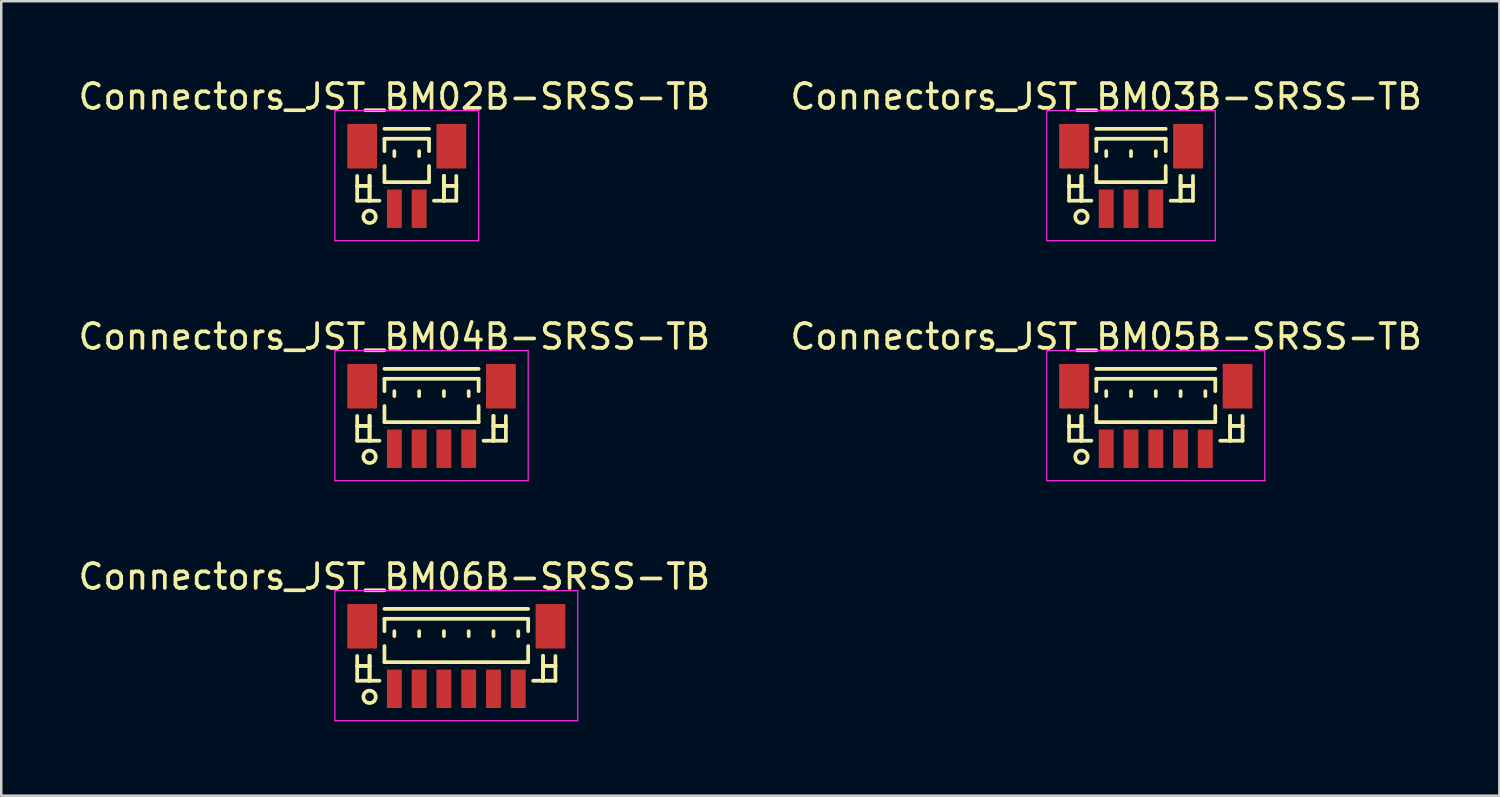
<source format=kicad_pcb>
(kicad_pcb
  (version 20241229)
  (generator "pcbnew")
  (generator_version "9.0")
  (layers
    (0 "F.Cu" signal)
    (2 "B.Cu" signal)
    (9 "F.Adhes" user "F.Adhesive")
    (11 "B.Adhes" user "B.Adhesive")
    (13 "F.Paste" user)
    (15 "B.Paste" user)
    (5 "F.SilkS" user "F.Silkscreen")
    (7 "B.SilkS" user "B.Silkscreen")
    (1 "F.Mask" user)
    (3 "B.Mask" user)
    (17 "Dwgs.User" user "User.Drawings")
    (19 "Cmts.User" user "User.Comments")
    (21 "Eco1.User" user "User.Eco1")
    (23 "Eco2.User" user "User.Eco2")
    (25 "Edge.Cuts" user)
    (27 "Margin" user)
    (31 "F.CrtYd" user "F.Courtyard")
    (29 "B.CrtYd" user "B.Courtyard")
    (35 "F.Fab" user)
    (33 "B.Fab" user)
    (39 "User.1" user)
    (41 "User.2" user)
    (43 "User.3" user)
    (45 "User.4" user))
  (footprint "Connectors_JST_BM05B-SRSS-TB"
    (layer "F.Cu")
    (at 43.589 13.796)
    (property "Reference" "Connectors_JST_BM05B-SRSS-TB" (at -2 -3.263 0) (layer "F.SilkS") (effects (font (size 1 1) (thickness 0.15))))
    (attr smd)
    (fp_line (start -3.5 -0.062) (end -3.5 0.938) (stroke (width 0.15) (type solid)) (layer "F.SilkS"))
    (fp_line (start -3.5 0.338) (end -3.5 0.338) (stroke (width 0.15) (type solid)) (layer "F.SilkS"))
    (fp_line (start -3.5 0.338) (end -3 0.338) (stroke (width 0.15) (type solid)) (layer "F.SilkS"))
    (fp_line (start -3.5 0.938) (end -2.6 0.938) (stroke (width 0.15) (type solid)) (layer "F.SilkS"))
    (fp_line (start -3 -0.062) (end -3 -0.062) (stroke (width 0.15) (type solid)) (layer "F.SilkS"))
    (fp_line (start -3 -0.062) (end -3 0.938) (stroke (width 0.15) (type solid)) (layer "F.SilkS"))
    (fp_line (start -3 0.338) (end -3.5 0.338) (stroke (width 0.15) (type solid)) (layer "F.SilkS"))
    (fp_line (start -3 0.338) (end -3 0.338) (stroke (width 0.15) (type solid)) (layer "F.SilkS"))
    (fp_line (start -3 0.938) (end -3 -0.062) (stroke (width 0.15) (type solid)) (layer "F.SilkS"))
    (fp_line (start -3 0.938) (end -3 0.938) (stroke (width 0.15) (type solid)) (layer "F.SilkS"))
    (fp_line (start -2.4 -1.962) (end 2.4 -1.962) (stroke (width 0.15) (type solid)) (layer "F.SilkS"))
    (fp_line (start -2.4 -1.562) (end 2.4 -1.562) (stroke (width 0.15) (type solid)) (layer "F.SilkS"))
    (fp_line (start -2.4 -1.062) (end -2.4 -1.562) (stroke (width 0.15) (type solid)) (layer "F.SilkS"))
    (fp_line (start -2.4 -0.463) (end -2.4 0.188) (stroke (width 0.15) (type solid)) (layer "F.SilkS"))
    (fp_line (start -2.4 0.188) (end 2.4 0.188) (stroke (width 0.15) (type solid)) (layer "F.SilkS"))
    (fp_line (start -2 -1.062) (end -2 -0.863) (stroke (width 0.15) (type solid)) (layer "F.SilkS"))
    (fp_line (start -1 -1.062) (end -1 -0.863) (stroke (width 0.15) (type solid)) (layer "F.SilkS"))
    (fp_line (start 0 -1.062) (end 0 -0.863) (stroke (width 0.15) (type solid)) (layer "F.SilkS"))
    (fp_line (start 1 -1.062) (end 1 -0.863) (stroke (width 0.15) (type solid)) (layer "F.SilkS"))
    (fp_line (start 2 -1.062) (end 2 -0.863) (stroke (width 0.15) (type solid)) (layer "F.SilkS"))
    (fp_line (start 2.4 -1.562) (end 2.4 -1.062) (stroke (width 0.15) (type solid)) (layer "F.SilkS"))
    (fp_line (start 2.4 0.188) (end 2.4 -0.463) (stroke (width 0.15) (type solid)) (layer "F.SilkS"))
    (fp_line (start 3 -0.062) (end 3 -0.062) (stroke (width 0.15) (type solid)) (layer "F.SilkS"))
    (fp_line (start 3 -0.062) (end 3 0.938) (stroke (width 0.15) (type solid)) (layer "F.SilkS"))
    (fp_line (start 3 0.338) (end 3 0.338) (stroke (width 0.15) (type solid)) (layer "F.SilkS"))
    (fp_line (start 3 0.338) (end 3.5 0.338) (stroke (width 0.15) (type solid)) (layer "F.SilkS"))
    (fp_line (start 3 0.938) (end 3 -0.062) (stroke (width 0.15) (type solid)) (layer "F.SilkS"))
    (fp_line (start 3 0.938) (end 3 0.938) (stroke (width 0.15) (type solid)) (layer "F.SilkS"))
    (fp_line (start 3.5 -0.062) (end 3.5 0.938) (stroke (width 0.15) (type solid)) (layer "F.SilkS"))
    (fp_line (start 3.5 0.338) (end 3 0.338) (stroke (width 0.15) (type solid)) (layer "F.SilkS"))
    (fp_line (start 3.5 0.338) (end 3.5 0.338) (stroke (width 0.15) (type solid)) (layer "F.SilkS"))
    (fp_line (start 3.5 0.938) (end 2.6 0.938) (stroke (width 0.15) (type solid)) (layer "F.SilkS"))
    (fp_circle (center -3 1.587) (end -2.75 1.587) (stroke (width 0.15) (type solid)) (fill no) (layer "F.SilkS"))
    (fp_line (start -4.4 -2.7) (end 4.4 -2.7) (stroke (width 0.05) (type solid)) (layer "F.CrtYd"))
    (fp_line (start -4.4 2.55) (end -4.4 -2.7) (stroke (width 0.05) (type solid)) (layer "F.CrtYd"))
    (fp_line (start 4.4 -2.7) (end 4.4 2.55) (stroke (width 0.05) (type solid)) (layer "F.CrtYd"))
    (fp_line (start 4.4 2.55) (end -4.4 2.55) (stroke (width 0.05) (type solid)) (layer "F.CrtYd"))
    (pad "" smd rect (at -3.3 -1.262) (size 1.2 1.8) (layers "F.Cu" "F.Mask" "F.Paste"))
    (pad "" smd rect (at 3.3 -1.262) (size 1.2 1.8) (layers "F.Cu" "F.Mask" "F.Paste"))
    (pad "1" smd rect (at -2 1.262) (size 0.6 1.55) (layers "F.Cu" "F.Mask" "F.Paste"))
    (pad "2" smd rect (at -1 1.262) (size 0.6 1.55) (layers "F.Cu" "F.Mask" "F.Paste"))
    (pad "3" smd rect (at 0 1.262) (size 0.6 1.55) (layers "F.Cu" "F.Mask" "F.Paste"))
    (pad "4" smd rect (at 1 1.262) (size 0.6 1.55) (layers "F.Cu" "F.Mask" "F.Paste"))
    (pad "5" smd rect (at 2 1.262) (size 0.6 1.55) (layers "F.Cu" "F.Mask" "F.Paste")))
  (footprint "Connectors_JST_BM04B-SRSS-TB"
    (layer "F.Cu")
    (at 14.363 13.796)
    (property "Reference" "Connectors_JST_BM04B-SRSS-TB" (at -1.5 -3.263 0) (layer "F.SilkS") (effects (font (size 1 1) (thickness 0.15))))
    (attr smd)
    (fp_line (start -3 -0.062) (end -3 0.938) (stroke (width 0.15) (type solid)) (layer "F.SilkS"))
    (fp_line (start -3 0.338) (end -3 0.338) (stroke (width 0.15) (type solid)) (layer "F.SilkS"))
    (fp_line (start -3 0.338) (end -2.5 0.338) (stroke (width 0.15) (type solid)) (layer "F.SilkS"))
    (fp_line (start -3 0.938) (end -2.1 0.938) (stroke (width 0.15) (type solid)) (layer "F.SilkS"))
    (fp_line (start -2.5 -0.062) (end -2.5 -0.062) (stroke (width 0.15) (type solid)) (layer "F.SilkS"))
    (fp_line (start -2.5 -0.062) (end -2.5 0.938) (stroke (width 0.15) (type solid)) (layer "F.SilkS"))
    (fp_line (start -2.5 0.338) (end -3 0.338) (stroke (width 0.15) (type solid)) (layer "F.SilkS"))
    (fp_line (start -2.5 0.338) (end -2.5 0.338) (stroke (width 0.15) (type solid)) (layer "F.SilkS"))
    (fp_line (start -2.5 0.938) (end -2.5 -0.062) (stroke (width 0.15) (type solid)) (layer "F.SilkS"))
    (fp_line (start -2.5 0.938) (end -2.5 0.938) (stroke (width 0.15) (type solid)) (layer "F.SilkS"))
    (fp_line (start -1.9 -1.962) (end 1.9 -1.962) (stroke (width 0.15) (type solid)) (layer "F.SilkS"))
    (fp_line (start -1.9 -1.562) (end 1.9 -1.562) (stroke (width 0.15) (type solid)) (layer "F.SilkS"))
    (fp_line (start -1.9 -1.062) (end -1.9 -1.562) (stroke (width 0.15) (type solid)) (layer "F.SilkS"))
    (fp_line (start -1.9 -0.463) (end -1.9 0.188) (stroke (width 0.15) (type solid)) (layer "F.SilkS"))
    (fp_line (start -1.9 0.188) (end 1.9 0.188) (stroke (width 0.15) (type solid)) (layer "F.SilkS"))
    (fp_line (start -1.5 -1.062) (end -1.5 -0.863) (stroke (width 0.15) (type solid)) (layer "F.SilkS"))
    (fp_line (start -0.5 -1.062) (end -0.5 -0.863) (stroke (width 0.15) (type solid)) (layer "F.SilkS"))
    (fp_line (start 0.5 -1.062) (end 0.5 -0.863) (stroke (width 0.15) (type solid)) (layer "F.SilkS"))
    (fp_line (start 1.5 -1.062) (end 1.5 -0.863) (stroke (width 0.15) (type solid)) (layer "F.SilkS"))
    (fp_line (start 1.9 -1.562) (end 1.9 -1.062) (stroke (width 0.15) (type solid)) (layer "F.SilkS"))
    (fp_line (start 1.9 0.188) (end 1.9 -0.463) (stroke (width 0.15) (type solid)) (layer "F.SilkS"))
    (fp_line (start 2.5 -0.062) (end 2.5 -0.062) (stroke (width 0.15) (type solid)) (layer "F.SilkS"))
    (fp_line (start 2.5 -0.062) (end 2.5 0.938) (stroke (width 0.15) (type solid)) (layer "F.SilkS"))
    (fp_line (start 2.5 0.338) (end 2.5 0.338) (stroke (width 0.15) (type solid)) (layer "F.SilkS"))
    (fp_line (start 2.5 0.338) (end 3 0.338) (stroke (width 0.15) (type solid)) (layer "F.SilkS"))
    (fp_line (start 2.5 0.938) (end 2.5 -0.062) (stroke (width 0.15) (type solid)) (layer "F.SilkS"))
    (fp_line (start 2.5 0.938) (end 2.5 0.938) (stroke (width 0.15) (type solid)) (layer "F.SilkS"))
    (fp_line (start 3 -0.062) (end 3 0.938) (stroke (width 0.15) (type solid)) (layer "F.SilkS"))
    (fp_line (start 3 0.338) (end 2.5 0.338) (stroke (width 0.15) (type solid)) (layer "F.SilkS"))
    (fp_line (start 3 0.338) (end 3 0.338) (stroke (width 0.15) (type solid)) (layer "F.SilkS"))
    (fp_line (start 3 0.938) (end 2.1 0.938) (stroke (width 0.15) (type solid)) (layer "F.SilkS"))
    (fp_circle (center -2.5 1.587) (end -2.25 1.587) (stroke (width 0.15) (type solid)) (fill no) (layer "F.SilkS"))
    (fp_line (start -3.9 -2.7) (end 3.9 -2.7) (stroke (width 0.05) (type solid)) (layer "F.CrtYd"))
    (fp_line (start -3.9 2.55) (end -3.9 -2.7) (stroke (width 0.05) (type solid)) (layer "F.CrtYd"))
    (fp_line (start 3.9 -2.7) (end 3.9 2.55) (stroke (width 0.05) (type solid)) (layer "F.CrtYd"))
    (fp_line (start 3.9 2.55) (end -3.9 2.55) (stroke (width 0.05) (type solid)) (layer "F.CrtYd"))
    (pad "" smd rect (at -2.8 -1.262) (size 1.2 1.8) (layers "F.Cu" "F.Mask" "F.Paste"))
    (pad "" smd rect (at 2.8 -1.262) (size 1.2 1.8) (layers "F.Cu" "F.Mask" "F.Paste"))
    (pad "1" smd rect (at -1.5 1.262) (size 0.6 1.55) (layers "F.Cu" "F.Mask" "F.Paste"))
    (pad "2" smd rect (at -0.5 1.262) (size 0.6 1.55) (layers "F.Cu" "F.Mask" "F.Paste"))
    (pad "3" smd rect (at 0.5 1.262) (size 0.6 1.55) (layers "F.Cu" "F.Mask" "F.Paste"))
    (pad "4" smd rect (at 1.5 1.262) (size 0.6 1.55) (layers "F.Cu" "F.Mask" "F.Paste")))
  (footprint "Connectors_JST_BM06B-SRSS-TB"
    (layer "F.Cu")
    (at 15.363 23.482)
    (property "Reference" "Connectors_JST_BM06B-SRSS-TB" (at -2.5 -3.263 0) (layer "F.SilkS") (effects (font (size 1 1) (thickness 0.15))))
    (attr smd)
    (fp_line (start -4 -0.062) (end -4 0.938) (stroke (width 0.15) (type solid)) (layer "F.SilkS"))
    (fp_line (start -4 0.338) (end -4 0.338) (stroke (width 0.15) (type solid)) (layer "F.SilkS"))
    (fp_line (start -4 0.338) (end -3.5 0.338) (stroke (width 0.15) (type solid)) (layer "F.SilkS"))
    (fp_line (start -4 0.938) (end -3.1 0.938) (stroke (width 0.15) (type solid)) (layer "F.SilkS"))
    (fp_line (start -3.5 -0.062) (end -3.5 -0.062) (stroke (width 0.15) (type solid)) (layer "F.SilkS"))
    (fp_line (start -3.5 -0.062) (end -3.5 0.938) (stroke (width 0.15) (type solid)) (layer "F.SilkS"))
    (fp_line (start -3.5 0.338) (end -4 0.338) (stroke (width 0.15) (type solid)) (layer "F.SilkS"))
    (fp_line (start -3.5 0.338) (end -3.5 0.338) (stroke (width 0.15) (type solid)) (layer "F.SilkS"))
    (fp_line (start -3.5 0.938) (end -3.5 -0.062) (stroke (width 0.15) (type solid)) (layer "F.SilkS"))
    (fp_line (start -3.5 0.938) (end -3.5 0.938) (stroke (width 0.15) (type solid)) (layer "F.SilkS"))
    (fp_line (start -2.9 -1.962) (end 2.9 -1.962) (stroke (width 0.15) (type solid)) (layer "F.SilkS"))
    (fp_line (start -2.9 -1.562) (end 2.9 -1.562) (stroke (width 0.15) (type solid)) (layer "F.SilkS"))
    (fp_line (start -2.9 -1.062) (end -2.9 -1.562) (stroke (width 0.15) (type solid)) (layer "F.SilkS"))
    (fp_line (start -2.9 -0.463) (end -2.9 0.188) (stroke (width 0.15) (type solid)) (layer "F.SilkS"))
    (fp_line (start -2.9 0.188) (end 2.9 0.188) (stroke (width 0.15) (type solid)) (layer "F.SilkS"))
    (fp_line (start -2.5 -1.062) (end -2.5 -0.863) (stroke (width 0.15) (type solid)) (layer "F.SilkS"))
    (fp_line (start -1.5 -1.062) (end -1.5 -0.863) (stroke (width 0.15) (type solid)) (layer "F.SilkS"))
    (fp_line (start -0.5 -1.062) (end -0.5 -0.863) (stroke (width 0.15) (type solid)) (layer "F.SilkS"))
    (fp_line (start 0.5 -1.062) (end 0.5 -0.863) (stroke (width 0.15) (type solid)) (layer "F.SilkS"))
    (fp_line (start 1.5 -1.062) (end 1.5 -0.863) (stroke (width 0.15) (type solid)) (layer "F.SilkS"))
    (fp_line (start 2.5 -1.062) (end 2.5 -0.863) (stroke (width 0.15) (type solid)) (layer "F.SilkS"))
    (fp_line (start 2.9 -1.562) (end 2.9 -1.062) (stroke (width 0.15) (type solid)) (layer "F.SilkS"))
    (fp_line (start 2.9 0.188) (end 2.9 -0.463) (stroke (width 0.15) (type solid)) (layer "F.SilkS"))
    (fp_line (start 3.5 -0.062) (end 3.5 -0.062) (stroke (width 0.15) (type solid)) (layer "F.SilkS"))
    (fp_line (start 3.5 -0.062) (end 3.5 0.938) (stroke (width 0.15) (type solid)) (layer "F.SilkS"))
    (fp_line (start 3.5 0.338) (end 3.5 0.338) (stroke (width 0.15) (type solid)) (layer "F.SilkS"))
    (fp_line (start 3.5 0.338) (end 4 0.338) (stroke (width 0.15) (type solid)) (layer "F.SilkS"))
    (fp_line (start 3.5 0.938) (end 3.5 -0.062) (stroke (width 0.15) (type solid)) (layer "F.SilkS"))
    (fp_line (start 3.5 0.938) (end 3.5 0.938) (stroke (width 0.15) (type solid)) (layer "F.SilkS"))
    (fp_line (start 4 -0.062) (end 4 0.938) (stroke (width 0.15) (type solid)) (layer "F.SilkS"))
    (fp_line (start 4 0.338) (end 3.5 0.338) (stroke (width 0.15) (type solid)) (layer "F.SilkS"))
    (fp_line (start 4 0.338) (end 4 0.338) (stroke (width 0.15) (type solid)) (layer "F.SilkS"))
    (fp_line (start 4 0.938) (end 3.1 0.938) (stroke (width 0.15) (type solid)) (layer "F.SilkS"))
    (fp_circle (center -3.5 1.587) (end -3.25 1.587) (stroke (width 0.15) (type solid)) (fill no) (layer "F.SilkS"))
    (fp_line (start -4.9 -2.7) (end 4.9 -2.7) (stroke (width 0.05) (type solid)) (layer "F.CrtYd"))
    (fp_line (start -4.9 2.55) (end -4.9 -2.7) (stroke (width 0.05) (type solid)) (layer "F.CrtYd"))
    (fp_line (start 4.9 -2.7) (end 4.9 2.55) (stroke (width 0.05) (type solid)) (layer "F.CrtYd"))
    (fp_line (start 4.9 2.55) (end -4.9 2.55) (stroke (width 0.05) (type solid)) (layer "F.CrtYd"))
    (pad "" smd rect (at -3.8 -1.262) (size 1.2 1.8) (layers "F.Cu" "F.Mask" "F.Paste"))
    (pad "" smd rect (at 3.8 -1.262) (size 1.2 1.8) (layers "F.Cu" "F.Mask" "F.Paste"))
    (pad "1" smd rect (at -2.5 1.262) (size 0.6 1.55) (layers "F.Cu" "F.Mask" "F.Paste"))
    (pad "2" smd rect (at -1.5 1.262) (size 0.6 1.55) (layers "F.Cu" "F.Mask" "F.Paste"))
    (pad "3" smd rect (at -0.5 1.262) (size 0.6 1.55) (layers "F.Cu" "F.Mask" "F.Paste"))
    (pad "4" smd rect (at 0.5 1.262) (size 0.6 1.55) (layers "F.Cu" "F.Mask" "F.Paste"))
    (pad "5" smd rect (at 1.5 1.262) (size 0.6 1.55) (layers "F.Cu" "F.Mask" "F.Paste"))
    (pad "6" smd rect (at 2.5 1.262) (size 0.6 1.55) (layers "F.Cu" "F.Mask" "F.Paste")))
  (footprint "Connectors_JST_BM02B-SRSS-TB"
    (layer "F.Cu")
    (at 13.363 4.111)
    (property "Reference" "Connectors_JST_BM02B-SRSS-TB" (at -0.5 -3.263 0) (layer "F.SilkS") (effects (font (size 1 1) (thickness 0.15))))
    (attr smd)
    (fp_line (start -2 -0.062) (end -2 0.938) (stroke (width 0.15) (type solid)) (layer "F.SilkS"))
    (fp_line (start -2 0.338) (end -2 0.338) (stroke (width 0.15) (type solid)) (layer "F.SilkS"))
    (fp_line (start -2 0.338) (end -1.5 0.338) (stroke (width 0.15) (type solid)) (layer "F.SilkS"))
    (fp_line (start -2 0.938) (end -1.1 0.938) (stroke (width 0.15) (type solid)) (layer "F.SilkS"))
    (fp_line (start -1.5 -0.062) (end -1.5 -0.062) (stroke (width 0.15) (type solid)) (layer "F.SilkS"))
    (fp_line (start -1.5 -0.062) (end -1.5 0.938) (stroke (width 0.15) (type solid)) (layer "F.SilkS"))
    (fp_line (start -1.5 0.338) (end -2 0.338) (stroke (width 0.15) (type solid)) (layer "F.SilkS"))
    (fp_line (start -1.5 0.338) (end -1.5 0.338) (stroke (width 0.15) (type solid)) (layer "F.SilkS"))
    (fp_line (start -1.5 0.938) (end -1.5 -0.062) (stroke (width 0.15) (type solid)) (layer "F.SilkS"))
    (fp_line (start -1.5 0.938) (end -1.5 0.938) (stroke (width 0.15) (type solid)) (layer "F.SilkS"))
    (fp_line (start -0.9 -1.962) (end 0.9 -1.962) (stroke (width 0.15) (type solid)) (layer "F.SilkS"))
    (fp_line (start -0.9 -1.562) (end 0.9 -1.562) (stroke (width 0.15) (type solid)) (layer "F.SilkS"))
    (fp_line (start -0.9 -1.062) (end -0.9 -1.562) (stroke (width 0.15) (type solid)) (layer "F.SilkS"))
    (fp_line (start -0.9 -0.463) (end -0.9 0.188) (stroke (width 0.15) (type solid)) (layer "F.SilkS"))
    (fp_line (start -0.9 0.188) (end 0.9 0.188) (stroke (width 0.15) (type solid)) (layer "F.SilkS"))
    (fp_line (start -0.5 -1.062) (end -0.5 -0.863) (stroke (width 0.15) (type solid)) (layer "F.SilkS"))
    (fp_line (start 0.5 -1.062) (end 0.5 -0.863) (stroke (width 0.15) (type solid)) (layer "F.SilkS"))
    (fp_line (start 0.9 -1.562) (end 0.9 -1.062) (stroke (width 0.15) (type solid)) (layer "F.SilkS"))
    (fp_line (start 0.9 0.188) (end 0.9 -0.463) (stroke (width 0.15) (type solid)) (layer "F.SilkS"))
    (fp_line (start 1.5 -0.062) (end 1.5 -0.062) (stroke (width 0.15) (type solid)) (layer "F.SilkS"))
    (fp_line (start 1.5 -0.062) (end 1.5 0.938) (stroke (width 0.15) (type solid)) (layer "F.SilkS"))
    (fp_line (start 1.5 0.338) (end 1.5 0.338) (stroke (width 0.15) (type solid)) (layer "F.SilkS"))
    (fp_line (start 1.5 0.338) (end 2 0.338) (stroke (width 0.15) (type solid)) (layer "F.SilkS"))
    (fp_line (start 1.5 0.938) (end 1.5 -0.062) (stroke (width 0.15) (type solid)) (layer "F.SilkS"))
    (fp_line (start 1.5 0.938) (end 1.5 0.938) (stroke (width 0.15) (type solid)) (layer "F.SilkS"))
    (fp_line (start 2 -0.062) (end 2 0.938) (stroke (width 0.15) (type solid)) (layer "F.SilkS"))
    (fp_line (start 2 0.338) (end 1.5 0.338) (stroke (width 0.15) (type solid)) (layer "F.SilkS"))
    (fp_line (start 2 0.338) (end 2 0.338) (stroke (width 0.15) (type solid)) (layer "F.SilkS"))
    (fp_line (start 2 0.938) (end 1.1 0.938) (stroke (width 0.15) (type solid)) (layer "F.SilkS"))
    (fp_circle (center -1.5 1.587) (end -1.25 1.587) (stroke (width 0.15) (type solid)) (fill no) (layer "F.SilkS"))
    (fp_line (start -2.9 -2.7) (end 2.9 -2.7) (stroke (width 0.05) (type solid)) (layer "F.CrtYd"))
    (fp_line (start -2.9 2.55) (end -2.9 -2.7) (stroke (width 0.05) (type solid)) (layer "F.CrtYd"))
    (fp_line (start 2.9 -2.7) (end 2.9 2.55) (stroke (width 0.05) (type solid)) (layer "F.CrtYd"))
    (fp_line (start 2.9 2.55) (end -2.9 2.55) (stroke (width 0.05) (type solid)) (layer "F.CrtYd"))
    (pad "" smd rect (at -1.8 -1.262) (size 1.2 1.8) (layers "F.Cu" "F.Mask" "F.Paste"))
    (pad "" smd rect (at 1.8 -1.262) (size 1.2 1.8) (layers "F.Cu" "F.Mask" "F.Paste"))
    (pad "1" smd rect (at -0.5 1.262) (size 0.6 1.55) (layers "F.Cu" "F.Mask" "F.Paste"))
    (pad "2" smd rect (at 0.5 1.262) (size 0.6 1.55) (layers "F.Cu" "F.Mask" "F.Paste")))
  (footprint "Connectors_JST_BM03B-SRSS-TB"
    (layer "F.Cu")
    (at 42.589 4.111)
    (property "Reference" "Connectors_JST_BM03B-SRSS-TB" (at -1 -3.263 0) (layer "F.SilkS") (effects (font (size 1 1) (thickness 0.15))))
    (attr smd)
    (fp_line (start -2.5 -0.062) (end -2.5 0.938) (stroke (width 0.15) (type solid)) (layer "F.SilkS"))
    (fp_line (start -2.5 0.338) (end -2.5 0.338) (stroke (width 0.15) (type solid)) (layer "F.SilkS"))
    (fp_line (start -2.5 0.338) (end -2 0.338) (stroke (width 0.15) (type solid)) (layer "F.SilkS"))
    (fp_line (start -2.5 0.938) (end -1.6 0.938) (stroke (width 0.15) (type solid)) (layer "F.SilkS"))
    (fp_line (start -2 -0.062) (end -2 -0.062) (stroke (width 0.15) (type solid)) (layer "F.SilkS"))
    (fp_line (start -2 -0.062) (end -2 0.938) (stroke (width 0.15) (type solid)) (layer "F.SilkS"))
    (fp_line (start -2 0.338) (end -2.5 0.338) (stroke (width 0.15) (type solid)) (layer "F.SilkS"))
    (fp_line (start -2 0.338) (end -2 0.338) (stroke (width 0.15) (type solid)) (layer "F.SilkS"))
    (fp_line (start -2 0.938) (end -2 -0.062) (stroke (width 0.15) (type solid)) (layer "F.SilkS"))
    (fp_line (start -2 0.938) (end -2 0.938) (stroke (width 0.15) (type solid)) (layer "F.SilkS"))
    (fp_line (start -1.4 -1.962) (end 1.4 -1.962) (stroke (width 0.15) (type solid)) (layer "F.SilkS"))
    (fp_line (start -1.4 -1.562) (end 1.4 -1.562) (stroke (width 0.15) (type solid)) (layer "F.SilkS"))
    (fp_line (start -1.4 -1.062) (end -1.4 -1.562) (stroke (width 0.15) (type solid)) (layer "F.SilkS"))
    (fp_line (start -1.4 -0.463) (end -1.4 0.188) (stroke (width 0.15) (type solid)) (layer "F.SilkS"))
    (fp_line (start -1.4 0.188) (end 1.4 0.188) (stroke (width 0.15) (type solid)) (layer "F.SilkS"))
    (fp_line (start -1 -1.062) (end -1 -0.863) (stroke (width 0.15) (type solid)) (layer "F.SilkS"))
    (fp_line (start 0 -1.062) (end 0 -0.863) (stroke (width 0.15) (type solid)) (layer "F.SilkS"))
    (fp_line (start 1 -1.062) (end 1 -0.863) (stroke (width 0.15) (type solid)) (layer "F.SilkS"))
    (fp_line (start 1.4 -1.562) (end 1.4 -1.062) (stroke (width 0.15) (type solid)) (layer "F.SilkS"))
    (fp_line (start 1.4 0.188) (end 1.4 -0.463) (stroke (width 0.15) (type solid)) (layer "F.SilkS"))
    (fp_line (start 2 -0.062) (end 2 -0.062) (stroke (width 0.15) (type solid)) (layer "F.SilkS"))
    (fp_line (start 2 -0.062) (end 2 0.938) (stroke (width 0.15) (type solid)) (layer "F.SilkS"))
    (fp_line (start 2 0.338) (end 2 0.338) (stroke (width 0.15) (type solid)) (layer "F.SilkS"))
    (fp_line (start 2 0.338) (end 2.5 0.338) (stroke (width 0.15) (type solid)) (layer "F.SilkS"))
    (fp_line (start 2 0.938) (end 2 -0.062) (stroke (width 0.15) (type solid)) (layer "F.SilkS"))
    (fp_line (start 2 0.938) (end 2 0.938) (stroke (width 0.15) (type solid)) (layer "F.SilkS"))
    (fp_line (start 2.5 -0.062) (end 2.5 0.938) (stroke (width 0.15) (type solid)) (layer "F.SilkS"))
    (fp_line (start 2.5 0.338) (end 2 0.338) (stroke (width 0.15) (type solid)) (layer "F.SilkS"))
    (fp_line (start 2.5 0.338) (end 2.5 0.338) (stroke (width 0.15) (type solid)) (layer "F.SilkS"))
    (fp_line (start 2.5 0.938) (end 1.6 0.938) (stroke (width 0.15) (type solid)) (layer "F.SilkS"))
    (fp_circle (center -2 1.587) (end -1.75 1.587) (stroke (width 0.15) (type solid)) (fill no) (layer "F.SilkS"))
    (fp_line (start -3.4 -2.7) (end 3.4 -2.7) (stroke (width 0.05) (type solid)) (layer "F.CrtYd"))
    (fp_line (start -3.4 2.55) (end -3.4 -2.7) (stroke (width 0.05) (type solid)) (layer "F.CrtYd"))
    (fp_line (start 3.4 -2.7) (end 3.4 2.55) (stroke (width 0.05) (type solid)) (layer "F.CrtYd"))
    (fp_line (start 3.4 2.55) (end -3.4 2.55) (stroke (width 0.05) (type solid)) (layer "F.CrtYd"))
    (pad "" smd rect (at -2.3 -1.262) (size 1.2 1.8) (layers "F.Cu" "F.Mask" "F.Paste"))
    (pad "" smd rect (at 2.3 -1.262) (size 1.2 1.8) (layers "F.Cu" "F.Mask" "F.Paste"))
    (pad "1" smd rect (at -1 1.262) (size 0.6 1.55) (layers "F.Cu" "F.Mask" "F.Paste"))
    (pad "2" smd rect (at 0 1.262) (size 0.6 1.55) (layers "F.Cu" "F.Mask" "F.Paste"))
    (pad "3" smd rect (at 1 1.262) (size 0.6 1.55) (layers "F.Cu" "F.Mask" "F.Paste")))
  (gr_rect
    (start -3 -3)
    (end 57.452 29.057)
    (stroke (width 0.1) (type default))
    (fill no)
    (layer "Edge.Cuts")))
</source>
